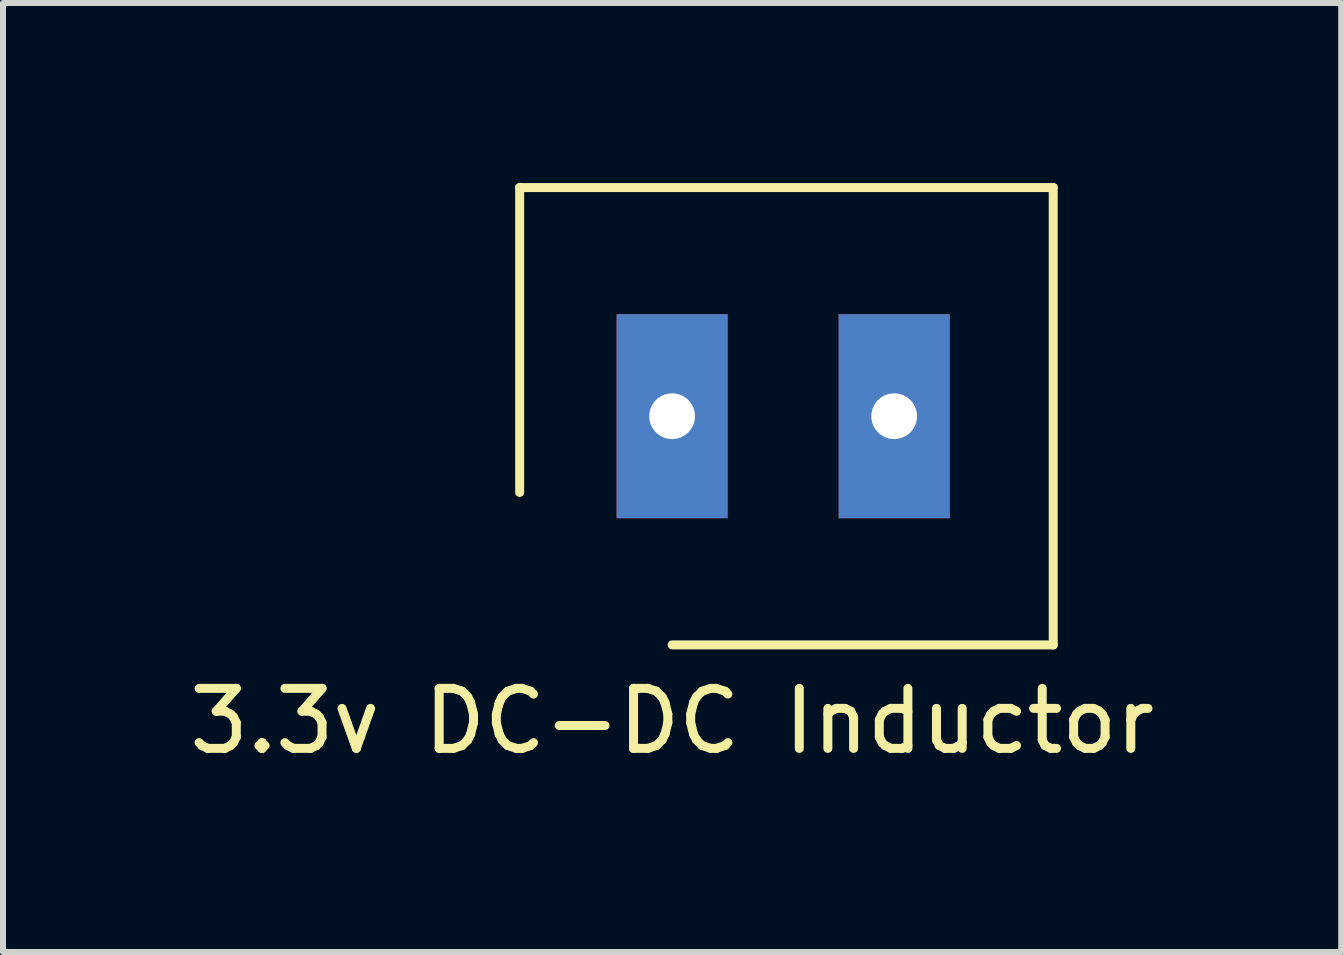
<source format=kicad_pcb>
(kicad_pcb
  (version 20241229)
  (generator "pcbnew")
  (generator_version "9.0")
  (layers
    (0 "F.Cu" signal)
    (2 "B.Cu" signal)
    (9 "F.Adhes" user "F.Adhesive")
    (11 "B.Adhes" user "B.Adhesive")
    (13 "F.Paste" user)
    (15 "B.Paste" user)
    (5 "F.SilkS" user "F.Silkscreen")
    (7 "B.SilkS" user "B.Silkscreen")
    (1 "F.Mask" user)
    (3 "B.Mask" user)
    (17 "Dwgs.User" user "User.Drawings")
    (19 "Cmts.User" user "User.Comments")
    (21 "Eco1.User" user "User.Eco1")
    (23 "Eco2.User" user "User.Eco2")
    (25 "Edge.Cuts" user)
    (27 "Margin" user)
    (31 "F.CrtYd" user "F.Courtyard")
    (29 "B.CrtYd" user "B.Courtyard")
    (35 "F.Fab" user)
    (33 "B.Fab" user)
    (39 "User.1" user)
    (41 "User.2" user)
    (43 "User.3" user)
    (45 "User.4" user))
  (footprint "3.3v DC-DC Inductor"
    (layer "F.Cu")
    (at 8.149 3.885)
    (property "Reference" "3.3v DC-DC Inductor" (at 0 5.08 0) (layer "F.SilkS") (effects (font (size 1 1) (thickness 0.15))))
    (attr through_hole)
    (fp_line (start -2.54 -3.81) (end -2.54 1.27) (stroke (width 0.15) (type solid)) (layer "F.SilkS"))
    (fp_line (start 0 3.81) (end 6.35 3.81) (stroke (width 0.15) (type solid)) (layer "F.SilkS"))
    (fp_line (start 6.35 -3.81) (end -2.54 -3.81) (stroke (width 0.15) (type solid)) (layer "F.SilkS"))
    (fp_line (start 6.35 3.81) (end 6.35 -3.81) (stroke (width 0.15) (type solid)) (layer "F.SilkS"))
    (pad "1" thru_hole rect (at 0 0) (size 1.85 3.4) (drill 0.762) (layers "*.Cu" "*.Mask"))
    (pad "2" thru_hole rect (at 3.7 0) (size 1.85 3.4) (drill 0.762) (layers "*.Cu" "*.Mask")))
  (gr_rect
    (start -3 -3)
    (end 19.298 12.813)
    (stroke (width 0.1) (type default))
    (fill no)
    (layer "Edge.Cuts")))
</source>
